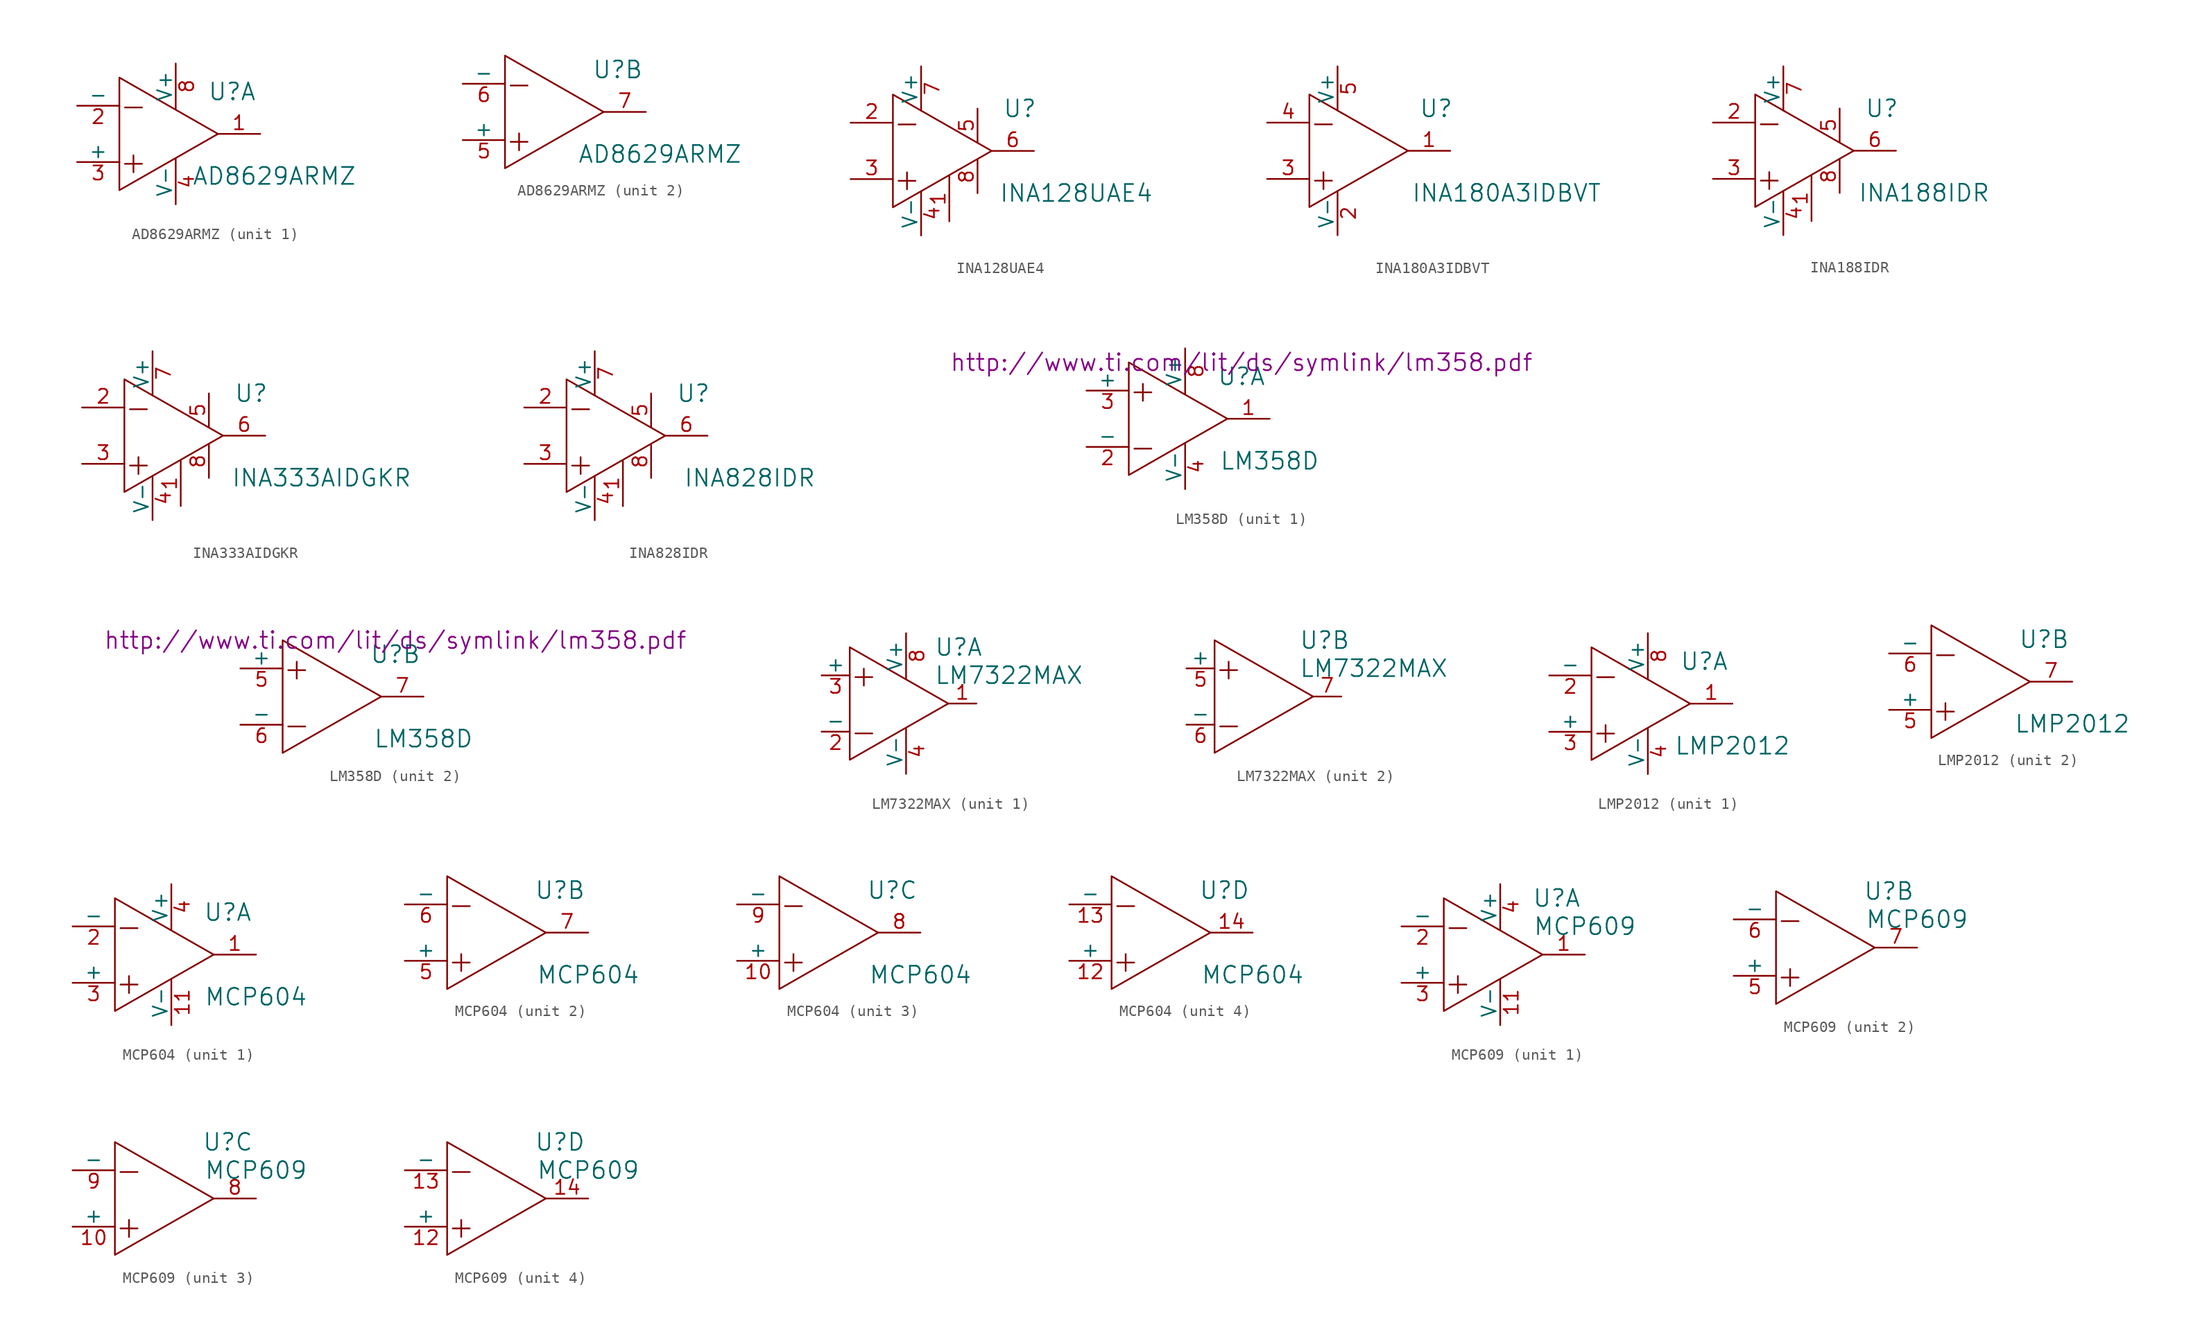
<source format=kicad_sym>
(kicad_symbol_lib
  (version 20201005)
  (generator kicad_symbol_editor)
  (symbol "AD8629ARMZ"
    (pin_names
      (offset 0))
    (property "Reference" "U"
      (at 5.08 3.81 0)
      (effects (font (size 1.524 1.524))))
    (property "Value" "AD8629ARMZ"
      (at 8.89 -3.81 0)
      (effects (font (size 1.524 1.524))))
    (symbol "AD8629ARMZ_0_0"
      (text "+" (at -3.81 -2.54 0) (effects (font (size 2.007 2.007))))
      (text "-" (at -3.81 2.54 0) (effects (font (size 2.007 2.007)))))
    (symbol "AD8629ARMZ_0_1"
      (polyline (pts (xy -5.08 5.08) (xy -5.08 -5.08) (xy 3.81 0) (xy -5.08 5.08)) (stroke (width 0)) (fill (type none))))
    (symbol "AD8629ARMZ_1_1"
      (pin output line (at 7.62 0 180) (length 3.81) (name "~" (effects (font (size 1.27 1.27)))) (number "1" (effects (font (size 1.27 1.27)))))
      (pin input line (at -8.89 2.54 0) (length 3.81) (name "-" (effects (font (size 1.27 1.27)))) (number "2" (effects (font (size 1.27 1.27)))))
      (pin input line (at -8.89 -2.54 0) (length 3.81) (name "+" (effects (font (size 1.27 1.27)))) (number "3" (effects (font (size 1.27 1.27)))))
      (pin power_in line (at 0 -6.35 90) (length 4.089) (name "V-" (effects (font (size 1.27 1.27)))) (number "4" (effects (font (size 1.27 1.27)))))
      (pin power_in line (at 0 6.35 270) (length 4.089) (name "V+" (effects (font (size 1.27 1.27)))) (number "8" (effects (font (size 1.27 1.27))))))
    (symbol "AD8629ARMZ_2_1"
      (pin input line (at -8.89 -2.54 0) (length 3.81) (name "+" (effects (font (size 1.27 1.27)))) (number "5" (effects (font (size 1.27 1.27)))))
      (pin input line (at -8.89 2.54 0) (length 3.81) (name "-" (effects (font (size 1.27 1.27)))) (number "6" (effects (font (size 1.27 1.27)))))
      (pin output line (at 7.62 0 180) (length 3.81) (name "~" (effects (font (size 1.27 1.27)))) (number "7" (effects (font (size 1.27 1.27)))))))
  (symbol "INA128UAE4"
    (pin_names
      (offset 0))
    (property "Reference" "U"
      (at 6.35 3.81 0)
      (effects (font (size 1.524 1.524))))
    (property "Value" "INA128UAE4"
      (at 11.43 -3.81 0)
      (effects (font (size 1.524 1.524))))
    (symbol "INA128UAE4_0_0"
      (text "+" (at -3.81 -2.54 0) (effects (font (size 2.007 2.007))))
      (text "-" (at -3.81 2.54 0) (effects (font (size 2.007 2.007)))))
    (symbol "INA128UAE4_0_1"
      (polyline (pts (xy -5.08 5.08) (xy -5.08 -5.08) (xy 3.81 0) (xy -5.08 5.08)) (stroke (width 0)) (fill (type none)))
      (pin power_in line (at -2.54 -7.62 90) (length 3.988) (name "V-" (effects (font (size 1.27 1.27)))) (number "4" (effects (font (size 1.27 1.27)))))
      (pin power_in line (at 2.54 3.81 270) (length 2.997) (name "~" (effects (font (size 1.27 1.27)))) (number "5" (effects (font (size 1.27 1.27)))))
      (pin power_in line (at -2.54 7.62 270) (length 3.988) (name "V+" (effects (font (size 1.27 1.27)))) (number "7" (effects (font (size 1.27 1.27))))))
    (symbol "INA128UAE4_1_1"
      (pin passive line (at 0 -6.35 90) (length 4.089) (name "~" (effects (font (size 1.27 1.27)))) (number "1" (effects (font (size 1.27 1.27)))))
      (pin input line (at -8.89 2.54 0) (length 3.81) (name "~" (effects (font (size 1.27 1.27)))) (number "2" (effects (font (size 1.27 1.27)))))
      (pin input line (at -8.89 -2.54 0) (length 3.81) (name "~" (effects (font (size 1.27 1.27)))) (number "3" (effects (font (size 1.27 1.27)))))
      (pin output line (at 7.62 0 180) (length 3.81) (name "~" (effects (font (size 1.27 1.27)))) (number "6" (effects (font (size 1.27 1.27)))))
      (pin passive line (at 2.54 -3.81 90) (length 2.997) (name "~" (effects (font (size 1.27 1.27)))) (number "8" (effects (font (size 1.27 1.27)))))))
  (symbol "INA180A3IDBVT"
    (pin_names
      (offset 0))
    (property "Reference" "U"
      (at 6.35 3.81 0)
      (effects (font (size 1.524 1.524))))
    (property "Value" "INA180A3IDBVT"
      (at 12.7 -3.81 0)
      (effects (font (size 1.524 1.524))))
    (symbol "INA180A3IDBVT_0_0"
      (text "+" (at -3.81 -2.54 0) (effects (font (size 2.007 2.007))))
      (text "-" (at -3.81 2.54 0) (effects (font (size 2.007 2.007)))))
    (symbol "INA180A3IDBVT_0_1"
      (polyline (pts (xy -5.08 5.08) (xy -5.08 -5.08) (xy 3.81 0) (xy -5.08 5.08)) (stroke (width 0)) (fill (type none)))
      (pin power_in line (at -2.54 -7.62 90) (length 3.988) (name "V-" (effects (font (size 1.27 1.27)))) (number "2" (effects (font (size 1.27 1.27)))))
      (pin power_in line (at -2.54 7.62 270) (length 3.988) (name "V+" (effects (font (size 1.27 1.27)))) (number "5" (effects (font (size 1.27 1.27))))))
    (symbol "INA180A3IDBVT_1_1"
      (pin output line (at 7.62 0 180) (length 3.81) (name "~" (effects (font (size 1.27 1.27)))) (number "1" (effects (font (size 1.27 1.27)))))
      (pin input line (at -8.89 -2.54 0) (length 3.81) (name "~" (effects (font (size 1.27 1.27)))) (number "3" (effects (font (size 1.27 1.27)))))
      (pin input line (at -8.89 2.54 0) (length 3.81) (name "~" (effects (font (size 1.27 1.27)))) (number "4" (effects (font (size 1.27 1.27)))))))
  (symbol "INA188IDR"
    (pin_names
      (offset 0))
    (property "Reference" "U"
      (at 6.35 3.81 0)
      (effects (font (size 1.524 1.524))))
    (property "Value" "INA188IDR"
      (at 10.16 -3.81 0)
      (effects (font (size 1.524 1.524))))
    (symbol "INA188IDR_0_0"
      (text "+" (at -3.81 -2.54 0) (effects (font (size 2.007 2.007))))
      (text "-" (at -3.81 2.54 0) (effects (font (size 2.007 2.007)))))
    (symbol "INA188IDR_0_1"
      (polyline (pts (xy -5.08 5.08) (xy -5.08 -5.08) (xy 3.81 0) (xy -5.08 5.08)) (stroke (width 0)) (fill (type none)))
      (pin power_in line (at -2.54 -7.62 90) (length 3.988) (name "V-" (effects (font (size 1.27 1.27)))) (number "4" (effects (font (size 1.27 1.27)))))
      (pin power_in line (at 2.54 3.81 270) (length 2.997) (name "~" (effects (font (size 1.27 1.27)))) (number "5" (effects (font (size 1.27 1.27)))))
      (pin power_in line (at -2.54 7.62 270) (length 3.988) (name "V+" (effects (font (size 1.27 1.27)))) (number "7" (effects (font (size 1.27 1.27))))))
    (symbol "INA188IDR_1_1"
      (pin passive line (at 0 -6.35 90) (length 4.089) (name "~" (effects (font (size 1.27 1.27)))) (number "1" (effects (font (size 1.27 1.27)))))
      (pin input line (at -8.89 2.54 0) (length 3.81) (name "~" (effects (font (size 1.27 1.27)))) (number "2" (effects (font (size 1.27 1.27)))))
      (pin input line (at -8.89 -2.54 0) (length 3.81) (name "~" (effects (font (size 1.27 1.27)))) (number "3" (effects (font (size 1.27 1.27)))))
      (pin output line (at 7.62 0 180) (length 3.81) (name "~" (effects (font (size 1.27 1.27)))) (number "6" (effects (font (size 1.27 1.27)))))
      (pin passive line (at 2.54 -3.81 90) (length 2.997) (name "~" (effects (font (size 1.27 1.27)))) (number "8" (effects (font (size 1.27 1.27)))))))
  (symbol "INA333AIDGKR"
    (pin_names
      (offset 0))
    (property "Reference" "U"
      (at 6.35 3.81 0)
      (effects (font (size 1.524 1.524))))
    (property "Value" "INA333AIDGKR"
      (at 12.7 -3.81 0)
      (effects (font (size 1.524 1.524))))
    (symbol "INA333AIDGKR_0_0"
      (text "+" (at -3.81 -2.54 0) (effects (font (size 2.007 2.007))))
      (text "-" (at -3.81 2.54 0) (effects (font (size 2.007 2.007)))))
    (symbol "INA333AIDGKR_0_1"
      (polyline (pts (xy -5.08 5.08) (xy -5.08 -5.08) (xy 3.81 0) (xy -5.08 5.08)) (stroke (width 0)) (fill (type none)))
      (pin power_in line (at -2.54 -7.62 90) (length 3.988) (name "V-" (effects (font (size 1.27 1.27)))) (number "4" (effects (font (size 1.27 1.27)))))
      (pin power_in line (at 2.54 3.81 270) (length 2.997) (name "~" (effects (font (size 1.27 1.27)))) (number "5" (effects (font (size 1.27 1.27)))))
      (pin power_in line (at -2.54 7.62 270) (length 3.988) (name "V+" (effects (font (size 1.27 1.27)))) (number "7" (effects (font (size 1.27 1.27))))))
    (symbol "INA333AIDGKR_1_1"
      (pin passive line (at 0 -6.35 90) (length 4.089) (name "~" (effects (font (size 1.27 1.27)))) (number "1" (effects (font (size 1.27 1.27)))))
      (pin input line (at -8.89 2.54 0) (length 3.81) (name "~" (effects (font (size 1.27 1.27)))) (number "2" (effects (font (size 1.27 1.27)))))
      (pin input line (at -8.89 -2.54 0) (length 3.81) (name "~" (effects (font (size 1.27 1.27)))) (number "3" (effects (font (size 1.27 1.27)))))
      (pin output line (at 7.62 0 180) (length 3.81) (name "~" (effects (font (size 1.27 1.27)))) (number "6" (effects (font (size 1.27 1.27)))))
      (pin passive line (at 2.54 -3.81 90) (length 2.997) (name "~" (effects (font (size 1.27 1.27)))) (number "8" (effects (font (size 1.27 1.27)))))))
  (symbol "INA828IDR"
    (pin_names
      (offset 0))
    (property "Reference" "U"
      (at 6.35 3.81 0)
      (effects (font (size 1.524 1.524))))
    (property "Value" "INA828IDR"
      (at 11.43 -3.81 0)
      (effects (font (size 1.524 1.524))))
    (symbol "INA828IDR_0_0"
      (text "+" (at -3.81 -2.54 0) (effects (font (size 2.007 2.007))))
      (text "-" (at -3.81 2.54 0) (effects (font (size 2.007 2.007)))))
    (symbol "INA828IDR_0_1"
      (polyline (pts (xy -5.08 5.08) (xy -5.08 -5.08) (xy 3.81 0) (xy -5.08 5.08)) (stroke (width 0)) (fill (type none)))
      (pin power_in line (at -2.54 -7.62 90) (length 3.988) (name "V-" (effects (font (size 1.27 1.27)))) (number "4" (effects (font (size 1.27 1.27)))))
      (pin power_in line (at 2.54 3.81 270) (length 2.997) (name "~" (effects (font (size 1.27 1.27)))) (number "5" (effects (font (size 1.27 1.27)))))
      (pin power_in line (at -2.54 7.62 270) (length 3.988) (name "V+" (effects (font (size 1.27 1.27)))) (number "7" (effects (font (size 1.27 1.27))))))
    (symbol "INA828IDR_1_1"
      (pin passive line (at 0 -6.35 90) (length 4.089) (name "~" (effects (font (size 1.27 1.27)))) (number "1" (effects (font (size 1.27 1.27)))))
      (pin input line (at -8.89 2.54 0) (length 3.81) (name "~" (effects (font (size 1.27 1.27)))) (number "2" (effects (font (size 1.27 1.27)))))
      (pin input line (at -8.89 -2.54 0) (length 3.81) (name "~" (effects (font (size 1.27 1.27)))) (number "3" (effects (font (size 1.27 1.27)))))
      (pin output line (at 7.62 0 180) (length 3.81) (name "~" (effects (font (size 1.27 1.27)))) (number "6" (effects (font (size 1.27 1.27)))))
      (pin passive line (at 2.54 -3.81 90) (length 2.997) (name "~" (effects (font (size 1.27 1.27)))) (number "8" (effects (font (size 1.27 1.27)))))))
  (symbol "LM358D"
    (pin_names
      (offset 0))
    (property "Reference" "U"
      (at 5.08 3.81 0)
      (effects (font (size 1.524 1.524))))
    (property "Value" "LM358D"
      (at 7.62 -3.81 0)
      (effects (font (size 1.524 1.524))))
    (property "Datasheet" "http://www.ti.com/lit/ds/symlink/lm358.pdf"
      (at 5.08 5.08 0)
      (effects (font (size 1.524 1.524))))
    (symbol "LM358D_0_0"
      (text "+" (at -3.81 2.54 0) (effects (font (size 2.007 2.007))))
      (text "-" (at -3.81 -2.54 0) (effects (font (size 2.007 2.007)))))
    (symbol "LM358D_0_1"
      (polyline (pts (xy -5.08 5.08) (xy -5.08 -5.08) (xy 3.81 0) (xy -5.08 5.08)) (stroke (width 0)) (fill (type none))))
    (symbol "LM358D_1_1"
      (pin output line (at 7.62 0 180) (length 3.81) (name "~" (effects (font (size 1.27 1.27)))) (number "1" (effects (font (size 1.27 1.27)))))
      (pin input line (at -8.89 -2.54 0) (length 3.81) (name "-" (effects (font (size 1.27 1.27)))) (number "2" (effects (font (size 1.27 1.27)))))
      (pin input line (at -8.89 2.54 0) (length 3.81) (name "+" (effects (font (size 1.27 1.27)))) (number "3" (effects (font (size 1.27 1.27)))))
      (pin power_in line (at 0 -6.35 90) (length 4.089) (name "V-" (effects (font (size 1.27 1.27)))) (number "4" (effects (font (size 1.27 1.27)))))
      (pin power_in line (at 0 6.35 270) (length 4.089) (name "V+" (effects (font (size 1.27 1.27)))) (number "8" (effects (font (size 1.27 1.27))))))
    (symbol "LM358D_2_1"
      (pin input line (at -8.89 2.54 0) (length 3.81) (name "+" (effects (font (size 1.27 1.27)))) (number "5" (effects (font (size 1.27 1.27)))))
      (pin input line (at -8.89 -2.54 0) (length 3.81) (name "-" (effects (font (size 1.27 1.27)))) (number "6" (effects (font (size 1.27 1.27)))))
      (pin output line (at 7.62 0 180) (length 3.81) (name "~" (effects (font (size 1.27 1.27)))) (number "7" (effects (font (size 1.27 1.27)))))))
  (symbol "LM7322MAX"
    (pin_names
      (offset 0))
    (property "Reference" "U"
      (at 2.54 5.08 0)
      (effects (font (size 1.524 1.524)) (justify left)))
    (property "Value" "LM7322MAX"
      (at 2.54 2.54 0)
      (effects (font (size 1.524 1.524)) (justify left)))
    (symbol "LM7322MAX_0_0"
      (text "+" (at -3.81 2.54 0) (effects (font (size 2.007 2.007))))
      (text "-" (at -3.81 -2.54 0) (effects (font (size 2.007 2.007)))))
    (symbol "LM7322MAX_0_1"
      (polyline (pts (xy -5.08 5.08) (xy -5.08 -5.08) (xy 3.81 0) (xy -5.08 5.08)) (stroke (width 0)) (fill (type none))))
    (symbol "LM7322MAX_1_1"
      (pin output line (at 6.35 0 180) (length 2.54) (name "~" (effects (font (size 1.27 1.27)))) (number "1" (effects (font (size 1.27 1.27)))))
      (pin input line (at -7.62 -2.54 0) (length 2.54) (name "-" (effects (font (size 1.27 1.27)))) (number "2" (effects (font (size 1.27 1.27)))))
      (pin input line (at -7.62 2.54 0) (length 2.54) (name "+" (effects (font (size 1.27 1.27)))) (number "3" (effects (font (size 1.27 1.27)))))
      (pin power_in line (at 0 -6.35 90) (length 4.089) (name "V-" (effects (font (size 1.27 1.27)))) (number "4" (effects (font (size 1.27 1.27)))))
      (pin power_in line (at 0 6.35 270) (length 4.089) (name "V+" (effects (font (size 1.27 1.27)))) (number "8" (effects (font (size 1.27 1.27))))))
    (symbol "LM7322MAX_2_1"
      (pin input line (at -7.62 2.54 0) (length 2.54) (name "+" (effects (font (size 1.27 1.27)))) (number "5" (effects (font (size 1.27 1.27)))))
      (pin input line (at -7.62 -2.54 0) (length 2.54) (name "-" (effects (font (size 1.27 1.27)))) (number "6" (effects (font (size 1.27 1.27)))))
      (pin output line (at 6.35 0 180) (length 2.54) (name "~" (effects (font (size 1.27 1.27)))) (number "7" (effects (font (size 1.27 1.27)))))))
  (symbol "LMP2012"
    (pin_names
      (offset 0))
    (property "Reference" "U"
      (at 5.08 3.81 0)
      (effects (font (size 1.524 1.524))))
    (property "Value" "LMP2012"
      (at 7.62 -3.81 0)
      (effects (font (size 1.524 1.524))))
    (symbol "LMP2012_0_0"
      (text "+" (at -3.81 -2.54 0) (effects (font (size 2.007 2.007))))
      (text "-" (at -3.81 2.54 0) (effects (font (size 2.007 2.007)))))
    (symbol "LMP2012_0_1"
      (polyline (pts (xy -5.08 5.08) (xy -5.08 -5.08) (xy 3.81 0) (xy -5.08 5.08)) (stroke (width 0)) (fill (type none))))
    (symbol "LMP2012_1_1"
      (pin output line (at 7.62 0 180) (length 3.81) (name "~" (effects (font (size 1.27 1.27)))) (number "1" (effects (font (size 1.27 1.27)))))
      (pin input line (at -8.89 2.54 0) (length 3.81) (name "-" (effects (font (size 1.27 1.27)))) (number "2" (effects (font (size 1.27 1.27)))))
      (pin input line (at -8.89 -2.54 0) (length 3.81) (name "+" (effects (font (size 1.27 1.27)))) (number "3" (effects (font (size 1.27 1.27)))))
      (pin power_in line (at 0 -6.35 90) (length 4.089) (name "V-" (effects (font (size 1.27 1.27)))) (number "4" (effects (font (size 1.27 1.27)))))
      (pin power_in line (at 0 6.35 270) (length 4.089) (name "V+" (effects (font (size 1.27 1.27)))) (number "8" (effects (font (size 1.27 1.27))))))
    (symbol "LMP2012_2_1"
      (pin input line (at -8.89 -2.54 0) (length 3.81) (name "+" (effects (font (size 1.27 1.27)))) (number "5" (effects (font (size 1.27 1.27)))))
      (pin input line (at -8.89 2.54 0) (length 3.81) (name "-" (effects (font (size 1.27 1.27)))) (number "6" (effects (font (size 1.27 1.27)))))
      (pin output line (at 7.62 0 180) (length 3.81) (name "~" (effects (font (size 1.27 1.27)))) (number "7" (effects (font (size 1.27 1.27)))))))
  (symbol "MCP604"
    (pin_names
      (offset 0))
    (property "Reference" "U"
      (at 5.08 3.81 0)
      (effects (font (size 1.524 1.524))))
    (property "Value" "MCP604"
      (at 7.62 -3.81 0)
      (effects (font (size 1.524 1.524))))
    (symbol "MCP604_0_0"
      (text "+" (at -3.81 -2.54 0) (effects (font (size 2.007 2.007))))
      (text "-" (at -3.81 2.54 0) (effects (font (size 2.007 2.007)))))
    (symbol "MCP604_0_1"
      (polyline (pts (xy -5.08 5.08) (xy -5.08 -5.08) (xy 3.81 0) (xy -5.08 5.08)) (stroke (width 0)) (fill (type none))))
    (symbol "MCP604_1_1"
      (pin output line (at 7.62 0 180) (length 3.81) (name "~" (effects (font (size 1.27 1.27)))) (number "1" (effects (font (size 1.27 1.27)))))
      (pin power_in line (at 0 -6.35 90) (length 4.089) (name "V-" (effects (font (size 1.27 1.27)))) (number "11" (effects (font (size 1.27 1.27)))))
      (pin input line (at -8.89 2.54 0) (length 3.81) (name "-" (effects (font (size 1.27 1.27)))) (number "2" (effects (font (size 1.27 1.27)))))
      (pin input line (at -8.89 -2.54 0) (length 3.81) (name "+" (effects (font (size 1.27 1.27)))) (number "3" (effects (font (size 1.27 1.27)))))
      (pin power_in line (at 0 6.35 270) (length 4.089) (name "V+" (effects (font (size 1.27 1.27)))) (number "4" (effects (font (size 1.27 1.27))))))
    (symbol "MCP604_2_1"
      (pin input line (at -8.89 -2.54 0) (length 3.81) (name "+" (effects (font (size 1.27 1.27)))) (number "5" (effects (font (size 1.27 1.27)))))
      (pin input line (at -8.89 2.54 0) (length 3.81) (name "-" (effects (font (size 1.27 1.27)))) (number "6" (effects (font (size 1.27 1.27)))))
      (pin output line (at 7.62 0 180) (length 3.81) (name "~" (effects (font (size 1.27 1.27)))) (number "7" (effects (font (size 1.27 1.27))))))
    (symbol "MCP604_3_1"
      (pin input line (at -8.89 -2.54 0) (length 3.81) (name "+" (effects (font (size 1.27 1.27)))) (number "10" (effects (font (size 1.27 1.27)))))
      (pin output line (at 7.62 0 180) (length 3.81) (name "~" (effects (font (size 1.27 1.27)))) (number "8" (effects (font (size 1.27 1.27)))))
      (pin input line (at -8.89 2.54 0) (length 3.81) (name "-" (effects (font (size 1.27 1.27)))) (number "9" (effects (font (size 1.27 1.27))))))
    (symbol "MCP604_4_1"
      (pin input line (at -8.89 -2.54 0) (length 3.81) (name "+" (effects (font (size 1.27 1.27)))) (number "12" (effects (font (size 1.27 1.27)))))
      (pin input line (at -8.89 2.54 0) (length 3.81) (name "-" (effects (font (size 1.27 1.27)))) (number "13" (effects (font (size 1.27 1.27)))))
      (pin output line (at 7.62 0 180) (length 3.81) (name "~" (effects (font (size 1.27 1.27)))) (number "14" (effects (font (size 1.27 1.27)))))))
  (symbol "MCP609"
    (pin_names
      (offset 0))
    (property "Reference" "U"
      (at 5.08 5.08 0)
      (effects (font (size 1.524 1.524))))
    (property "Value" "MCP609"
      (at 7.62 2.54 0)
      (effects (font (size 1.524 1.524))))
    (symbol "MCP609_0_0"
      (text "+" (at -3.81 -2.54 0) (effects (font (size 2.007 2.007))))
      (text "-" (at -3.81 2.54 0) (effects (font (size 2.007 2.007)))))
    (symbol "MCP609_0_1"
      (polyline (pts (xy -5.08 5.08) (xy -5.08 -5.08) (xy 3.81 0) (xy -5.08 5.08)) (stroke (width 0)) (fill (type none))))
    (symbol "MCP609_1_1"
      (pin output line (at 7.62 0 180) (length 3.81) (name "~" (effects (font (size 1.27 1.27)))) (number "1" (effects (font (size 1.27 1.27)))))
      (pin power_in line (at 0 -6.35 90) (length 4.089) (name "V-" (effects (font (size 1.27 1.27)))) (number "11" (effects (font (size 1.27 1.27)))))
      (pin input line (at -8.89 2.54 0) (length 3.81) (name "-" (effects (font (size 1.27 1.27)))) (number "2" (effects (font (size 1.27 1.27)))))
      (pin input line (at -8.89 -2.54 0) (length 3.81) (name "+" (effects (font (size 1.27 1.27)))) (number "3" (effects (font (size 1.27 1.27)))))
      (pin power_in line (at 0 6.35 270) (length 4.089) (name "V+" (effects (font (size 1.27 1.27)))) (number "4" (effects (font (size 1.27 1.27))))))
    (symbol "MCP609_2_1"
      (pin input line (at -8.89 -2.54 0) (length 3.81) (name "+" (effects (font (size 1.27 1.27)))) (number "5" (effects (font (size 1.27 1.27)))))
      (pin input line (at -8.89 2.54 0) (length 3.81) (name "-" (effects (font (size 1.27 1.27)))) (number "6" (effects (font (size 1.27 1.27)))))
      (pin output line (at 7.62 0 180) (length 3.81) (name "~" (effects (font (size 1.27 1.27)))) (number "7" (effects (font (size 1.27 1.27))))))
    (symbol "MCP609_3_1"
      (pin input line (at -8.89 -2.54 0) (length 3.81) (name "+" (effects (font (size 1.27 1.27)))) (number "10" (effects (font (size 1.27 1.27)))))
      (pin output line (at 7.62 0 180) (length 3.81) (name "~" (effects (font (size 1.27 1.27)))) (number "8" (effects (font (size 1.27 1.27)))))
      (pin input line (at -8.89 2.54 0) (length 3.81) (name "-" (effects (font (size 1.27 1.27)))) (number "9" (effects (font (size 1.27 1.27))))))
    (symbol "MCP609_4_1"
      (pin input line (at -8.89 -2.54 0) (length 3.81) (name "+" (effects (font (size 1.27 1.27)))) (number "12" (effects (font (size 1.27 1.27)))))
      (pin input line (at -8.89 2.54 0) (length 3.81) (name "-" (effects (font (size 1.27 1.27)))) (number "13" (effects (font (size 1.27 1.27)))))
      (pin output line (at 7.62 0 180) (length 3.81) (name "~" (effects (font (size 1.27 1.27)))) (number "14" (effects (font (size 1.27 1.27))))))))
</source>
